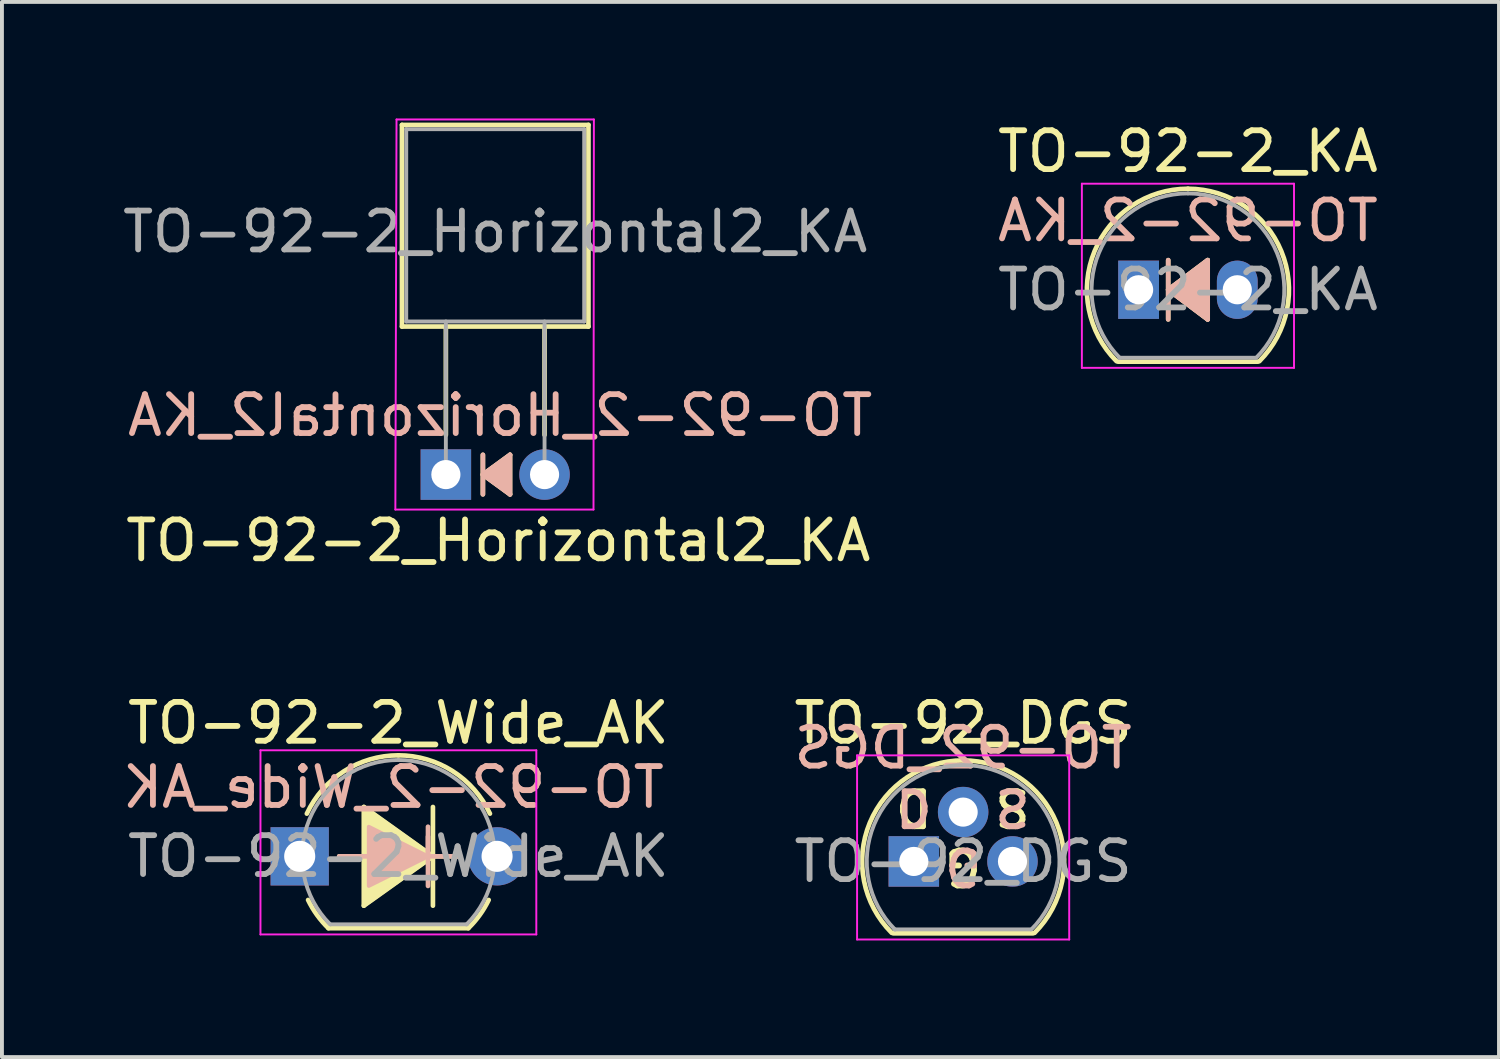
<source format=kicad_pcb>
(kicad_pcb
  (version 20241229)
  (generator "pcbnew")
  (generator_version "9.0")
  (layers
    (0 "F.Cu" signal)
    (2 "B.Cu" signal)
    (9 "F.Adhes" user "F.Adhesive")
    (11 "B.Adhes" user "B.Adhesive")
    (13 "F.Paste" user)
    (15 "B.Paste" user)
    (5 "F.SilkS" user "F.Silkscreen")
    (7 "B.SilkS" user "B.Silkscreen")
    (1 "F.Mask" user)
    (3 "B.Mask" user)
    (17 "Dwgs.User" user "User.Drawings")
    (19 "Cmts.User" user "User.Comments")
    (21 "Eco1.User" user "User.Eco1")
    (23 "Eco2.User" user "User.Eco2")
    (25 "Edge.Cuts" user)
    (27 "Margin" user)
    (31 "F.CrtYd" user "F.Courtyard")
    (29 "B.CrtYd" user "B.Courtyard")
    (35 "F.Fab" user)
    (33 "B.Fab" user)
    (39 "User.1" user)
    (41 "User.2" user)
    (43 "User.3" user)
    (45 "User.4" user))
  (footprint "TO-92-2_Wide_AK"
    (layer "F.Cu")
    (at 4.664 18.991)
    (property "Reference" "TO-92-2_Wide_AK" (at 2.54 -3.43 0) (layer "F.SilkS") (effects (font (size 1 1) (thickness 0.15))))
    (fp_line (start 0.74 1.85) (end 4.34 1.85) (stroke (width 0.12) (type solid)) (layer "F.SilkS"))
    (fp_line (start 1.016 0) (end 1.651 0) (stroke (width 0.12) (type solid)) (layer "F.SilkS"))
    (fp_line (start 1.651 -1.27) (end 3.429 0) (stroke (width 0.12) (type solid)) (layer "F.SilkS"))
    (fp_line (start 1.651 1.27) (end 1.651 -1.27) (stroke (width 0.12) (type solid)) (layer "F.SilkS"))
    (fp_line (start 3.429 -1.27) (end 3.429 0) (stroke (width 0.12) (type solid)) (layer "F.SilkS"))
    (fp_line (start 3.429 0) (end 1.651 1.27) (stroke (width 0.12) (type solid)) (layer "F.SilkS"))
    (fp_line (start 3.429 0) (end 3.429 1.27) (stroke (width 0.12) (type solid)) (layer "F.SilkS"))
    (fp_line (start 4.064 0) (end 3.429 0) (stroke (width 0.12) (type solid)) (layer "F.SilkS"))
    (fp_arc (start 0.1836 -1.098807) (mid 1.143021 -2.192817) (end 2.54 -2.6) (stroke (width 0.12) (type solid)) (layer "F.SilkS"))
    (fp_arc (start 0.74 1.85) (mid 0.446097 1.509328) (end 0.215816 1.122795) (stroke (width 0.12) (type solid)) (layer "F.SilkS"))
    (fp_arc (start 2.54 -2.6) (mid 3.936979 -2.192818) (end 4.8964 -1.098807) (stroke (width 0.12) (type solid)) (layer "F.SilkS"))
    (fp_arc (start 4.864184 1.122795) (mid 4.633903 1.509328) (end 4.34 1.85) (stroke (width 0.12) (type solid)) (layer "F.SilkS"))
    (fp_poly (pts (xy 1.651 -1.27) (xy 3.429 0) (xy 1.651 1.27)) (stroke (width 0.1) (type solid)) (fill yes) (layer "F.SilkS"))
    (fp_line (start 1.016 0) (end 1.778 0) (stroke (width 0.12) (type solid)) (layer "B.SilkS"))
    (fp_line (start 3.302 0) (end 3.302 -0.762) (stroke (width 0.12) (type solid)) (layer "B.SilkS"))
    (fp_line (start 3.302 0.762) (end 3.302 -0.508) (stroke (width 0.12) (type solid)) (layer "B.SilkS"))
    (fp_line (start 4.064 0) (end 3.302 0) (stroke (width 0.12) (type solid)) (layer "B.SilkS"))
    (fp_poly (pts (xy 1.778 0.762) (xy 3.302 0) (xy 1.778 -0.762)) (stroke (width 0.1) (type solid)) (fill yes) (layer "B.SilkS"))
    (fp_line (start -1.01 -2.73) (end -1.01 2.01) (stroke (width 0.05) (type solid)) (layer "F.CrtYd"))
    (fp_line (start -1.01 -2.73) (end 6.09 -2.73) (stroke (width 0.05) (type solid)) (layer "F.CrtYd"))
    (fp_line (start 6.09 2.01) (end -1.01 2.01) (stroke (width 0.05) (type solid)) (layer "F.CrtYd"))
    (fp_line (start 6.09 2.01) (end 6.09 -2.73) (stroke (width 0.05) (type solid)) (layer "F.CrtYd"))
    (fp_line (start 0.8 1.75) (end 4.3 1.75) (stroke (width 0.1) (type solid)) (layer "F.Fab"))
    (fp_arc (start 0.786375 1.753625) (mid 0.248779 -0.949055) (end 2.54 -2.48) (stroke (width 0.1) (type solid)) (layer "F.Fab"))
    (fp_arc (start 2.54 -2.48) (mid 4.831221 -0.949055) (end 4.293625 1.753625) (stroke (width 0.1) (type solid)) (layer "F.Fab"))
    (fp_text user "${REFERENCE}" (at 2.413 -1.778 0) (layer "B.SilkS") (effects (font (size 1 1) (thickness 0.15)) (justify mirror)))
    (fp_text user "${REFERENCE}" (at 2.54 0 0) (layer "F.Fab") (effects (font (size 1 1) (thickness 0.15))))
    (pad "1" thru_hole rect (at 0 0 90) (size 1.5 1.5) (drill 0.8) (layers "*.Cu" "*.Mask"))
    (pad "2" thru_hole circle (at 5.08 0 90) (size 1.5 1.5) (drill 0.8) (layers "*.Cu" "*.Mask")))
  (footprint "TO-92-2_Horizontal2_KA"
    (layer "F.Cu")
    (at 8.426 9.165)
    (property "Reference" "TO-92-2_Horizontal2_KA" (at 1.35 1.7 0) (layer "F.SilkS") (effects (font (size 1 1) (thickness 0.15))))
    (fp_line (start -1.13 -9) (end -1.13 -3.81) (stroke (width 0.12) (type solid)) (layer "F.SilkS"))
    (fp_line (start -1.13 -3.81) (end 3.67 -3.81) (stroke (width 0.12) (type solid)) (layer "F.SilkS"))
    (fp_line (start 0 -1.02) (end 0 -3.81) (stroke (width 0.12) (type solid)) (layer "F.SilkS"))
    (fp_line (start 0.953 -0.508) (end 0.953 0.508) (stroke (width 0.12) (type solid)) (layer "F.SilkS"))
    (fp_line (start 0.953 0) (end 1.651 -0.508) (stroke (width 0.12) (type solid)) (layer "F.SilkS"))
    (fp_line (start 1.651 -0.508) (end 1.651 0.508) (stroke (width 0.12) (type solid)) (layer "F.SilkS"))
    (fp_line (start 1.651 0.508) (end 0.953 0) (stroke (width 0.12) (type solid)) (layer "F.SilkS"))
    (fp_line (start 2.54 -1.02) (end 2.54 -3.81) (stroke (width 0.12) (type solid)) (layer "F.SilkS"))
    (fp_line (start 3.67 -9) (end -1.13 -9) (stroke (width 0.12) (type solid)) (layer "F.SilkS"))
    (fp_line (start 3.67 -3.81) (end 3.67 -9) (stroke (width 0.12) (type solid)) (layer "F.SilkS"))
    (fp_poly (pts (xy 1.651 0.508) (xy 0.953 0) (xy 1.651 -0.508)) (stroke (width 0.1) (type solid)) (fill yes) (layer "F.SilkS"))
    (fp_line (start 0.953 0) (end 1.651 0.508) (stroke (width 0.12) (type solid)) (layer "B.SilkS"))
    (fp_line (start 0.953 0.508) (end 0.953 -0.508) (stroke (width 0.12) (type solid)) (layer "B.SilkS"))
    (fp_line (start 1.651 -0.508) (end 0.953 0) (stroke (width 0.12) (type solid)) (layer "B.SilkS"))
    (fp_line (start 1.651 0.508) (end 1.651 -0.508) (stroke (width 0.12) (type solid)) (layer "B.SilkS"))
    (fp_poly (pts (xy 1.651 -0.508) (xy 0.953 0) (xy 1.651 0.508)) (stroke (width 0.1) (type solid)) (fill yes) (layer "B.SilkS"))
    (fp_line (start -1.27 -9.14) (end -1.3 0.9) (stroke (width 0.05) (type solid)) (layer "F.CrtYd"))
    (fp_line (start -1.27 -9.14) (end 3.81 -9.14) (stroke (width 0.05) (type solid)) (layer "F.CrtYd"))
    (fp_line (start 3.8 0.9) (end -1.3 0.9) (stroke (width 0.05) (type solid)) (layer "F.CrtYd"))
    (fp_line (start 3.8 0.9) (end 3.81 -9.14) (stroke (width 0.05) (type solid)) (layer "F.CrtYd"))
    (fp_line (start -1.02 -8.89) (end -1.02 -3.94) (stroke (width 0.1) (type solid)) (layer "F.Fab"))
    (fp_line (start -1.02 -3.94) (end 3.56 -3.94) (stroke (width 0.1) (type solid)) (layer "F.Fab"))
    (fp_line (start 0 -3.94) (end 0 0) (stroke (width 0.1) (type solid)) (layer "F.Fab"))
    (fp_line (start 2.54 -3.94) (end 2.54 0) (stroke (width 0.1) (type solid)) (layer "F.Fab"))
    (fp_line (start 3.56 -8.89) (end -1.02 -8.89) (stroke (width 0.1) (type solid)) (layer "F.Fab"))
    (fp_line (start 3.56 -3.94) (end 3.56 -8.89) (stroke (width 0.1) (type solid)) (layer "F.Fab"))
    (fp_text user "${REFERENCE}" (at 1.397 -1.524 0) (layer "B.SilkS") (effects (font (size 1 1) (thickness 0.15)) (justify mirror)))
    (fp_text user "${REFERENCE}" (at 1.27 -6.25 0) (layer "F.Fab") (effects (font (size 1 1) (thickness 0.15))))
    (pad "1" thru_hole rect (at 0 0 270) (size 1.3 1.3) (drill 0.75) (layers "*.Cu" "*.Mask"))
    (pad "2" thru_hole circle (at 2.54 0 270) (size 1.3 1.3) (drill 0.75) (layers "*.Cu" "*.Mask")))
  (footprint "TO-92_DGS"
    (layer "F.Cu")
    (at 20.47 19.122)
    (property "Reference" "TO-92_DGS" (at 1.27 -3.56 0) (layer "F.SilkS") (effects (font (size 1 1) (thickness 0.15))))
    (fp_line (start -0.53 1.85) (end 3.07 1.85) (stroke (width 0.12) (type solid)) (layer "F.SilkS"))
    (fp_arc (start -0.568478 1.838478) (mid -1.132087 -0.994977) (end 1.27 -2.6) (stroke (width 0.12) (type solid)) (layer "F.SilkS"))
    (fp_arc (start 1.27 -2.6) (mid 3.672087 -0.994977) (end 3.108478 1.838478) (stroke (width 0.12) (type solid)) (layer "F.SilkS"))
    (fp_line (start -1.46 -2.73) (end -1.46 2.01) (stroke (width 0.05) (type solid)) (layer "F.CrtYd"))
    (fp_line (start -1.46 -2.73) (end 4 -2.73) (stroke (width 0.05) (type solid)) (layer "F.CrtYd"))
    (fp_line (start 4 2.01) (end -1.46 2.01) (stroke (width 0.05) (type solid)) (layer "F.CrtYd"))
    (fp_line (start 4 2.01) (end 4 -2.73) (stroke (width 0.05) (type solid)) (layer "F.CrtYd"))
    (fp_line (start -0.5 1.75) (end 3 1.75) (stroke (width 0.1) (type solid)) (layer "F.Fab"))
    (fp_arc (start -0.483625 1.753625) (mid -1.021221 -0.949055) (end 1.27 -2.48) (stroke (width 0.1) (type solid)) (layer "F.Fab"))
    (fp_arc (start 1.27 -2.48) (mid 3.561221 -0.949055) (end 3.023625 1.753625) (stroke (width 0.1) (type solid)) (layer "F.Fab"))
    (fp_text user "S" (at 2.54 -1.397 180) (unlocked yes) (layer "F.SilkS") (effects (font (size 0.9 0.9) (thickness 0.15))))
    (fp_text user "G" (at 1.27 0.127 180) (unlocked yes) (layer "F.SilkS") (effects (font (size 0.9 0.9) (thickness 0.15))))
    (fp_text user "D" (at 0 -1.397 180) (unlocked yes) (layer "F.SilkS") (effects (font (size 0.9 0.9) (thickness 0.15))))
    (fp_text user "${REFERENCE}" (at 1.27 -2.921 0) (layer "B.SilkS") (effects (font (size 1 1) (thickness 0.15)) (justify mirror)))
    (fp_text user "G" (at 1.27 0.127 180) (unlocked yes) (layer "B.SilkS") (effects (font (size 0.9 0.9) (thickness 0.15)) (justify mirror)))
    (fp_text user "S" (at 2.54 -1.397 180) (unlocked yes) (layer "B.SilkS") (effects (font (size 0.9 0.9) (thickness 0.15)) (justify mirror)))
    (fp_text user "D" (at 0 -1.397 180) (unlocked yes) (layer "B.SilkS") (effects (font (size 0.9 0.9) (thickness 0.15)) (justify mirror)))
    (fp_text user "${REFERENCE}" (at 1.27 0 0) (layer "F.Fab") (effects (font (size 1 1) (thickness 0.15))))
    (pad "1" thru_hole rect (at 0 0 90) (size 1.3 1.3) (drill 0.75) (layers "*.Cu" "*.Mask"))
    (pad "2" thru_hole circle (at 1.27 -1.27 90) (size 1.3 1.3) (drill 0.75) (layers "*.Cu" "*.Mask"))
    (pad "3" thru_hole circle (at 2.54 0 90) (size 1.3 1.3) (drill 0.75) (layers "*.Cu" "*.Mask")))
  (footprint "TO-92-2_KA"
    (layer "F.Cu")
    (at 26.256 4.408)
    (property "Reference" "TO-92-2_KA" (at 1.27 -3.56 0) (layer "F.SilkS") (effects (font (size 1 1) (thickness 0.15))))
    (fp_line (start -0.53 1.85) (end 3.07 1.85) (stroke (width 0.12) (type solid)) (layer "F.SilkS"))
    (fp_line (start 0.762 -0.762) (end 0.762 0.762) (stroke (width 0.12) (type solid)) (layer "F.SilkS"))
    (fp_line (start 0.762 0) (end 1.778 -0.762) (stroke (width 0.12) (type solid)) (layer "F.SilkS"))
    (fp_line (start 1.778 -0.762) (end 1.778 0.762) (stroke (width 0.12) (type solid)) (layer "F.SilkS"))
    (fp_line (start 1.778 0.762) (end 0.762 0) (stroke (width 0.12) (type solid)) (layer "F.SilkS"))
    (fp_arc (start -0.568478 1.838478) (mid -1.132087 -0.994977) (end 1.27 -2.6) (stroke (width 0.12) (type solid)) (layer "F.SilkS"))
    (fp_arc (start 1.27 -2.6) (mid 3.672087 -0.994977) (end 3.108478 1.838478) (stroke (width 0.12) (type solid)) (layer "F.SilkS"))
    (fp_poly (pts (xy 1.778 0.762) (xy 0.762 0) (xy 1.778 -0.762)) (stroke (width 0.1) (type solid)) (fill yes) (layer "F.SilkS"))
    (fp_line (start 0.762 0) (end 1.778 0.762) (stroke (width 0.12) (type solid)) (layer "B.SilkS"))
    (fp_line (start 0.762 0.762) (end 0.762 -0.762) (stroke (width 0.12) (type solid)) (layer "B.SilkS"))
    (fp_line (start 1.778 -0.762) (end 0.762 0) (stroke (width 0.12) (type solid)) (layer "B.SilkS"))
    (fp_line (start 1.778 0.762) (end 1.778 -0.762) (stroke (width 0.12) (type solid)) (layer "B.SilkS"))
    (fp_poly (pts (xy 1.778 -0.762) (xy 0.762 0) (xy 1.778 0.762)) (stroke (width 0.1) (type solid)) (fill yes) (layer "B.SilkS"))
    (fp_line (start -1.46 -2.73) (end -1.46 2.01) (stroke (width 0.05) (type solid)) (layer "F.CrtYd"))
    (fp_line (start -1.46 -2.73) (end 4 -2.73) (stroke (width 0.05) (type solid)) (layer "F.CrtYd"))
    (fp_line (start 4 2.01) (end -1.46 2.01) (stroke (width 0.05) (type solid)) (layer "F.CrtYd"))
    (fp_line (start 4 2.01) (end 4 -2.73) (stroke (width 0.05) (type solid)) (layer "F.CrtYd"))
    (fp_line (start -0.5 1.75) (end 3 1.75) (stroke (width 0.1) (type solid)) (layer "F.Fab"))
    (fp_arc (start -0.483625 1.753625) (mid -1.021221 -0.949055) (end 1.27 -2.48) (stroke (width 0.1) (type solid)) (layer "F.Fab"))
    (fp_arc (start 1.27 -2.48) (mid 3.561221 -0.949055) (end 3.023625 1.753625) (stroke (width 0.1) (type solid)) (layer "F.Fab"))
    (fp_text user "${REFERENCE}" (at 1.27 -1.778 0) (layer "B.SilkS") (effects (font (size 1 1) (thickness 0.15)) (justify mirror)))
    (fp_text user "${REFERENCE}" (at 1.27 0 0) (layer "F.Fab") (effects (font (size 1 1) (thickness 0.15))))
    (pad "1" thru_hole rect (at 0 0) (size 1.05 1.5) (drill 0.75) (layers "*.Cu" "*.Mask"))
    (pad "2" thru_hole oval (at 2.54 0) (size 1.05 1.5) (drill 0.75) (layers "*.Cu" "*.Mask")))
  (gr_rect
    (start -3 -3)
    (end 35.532 24.157)
    (stroke (width 0.1) (type default))
    (fill no)
    (layer "Edge.Cuts")))
</source>
